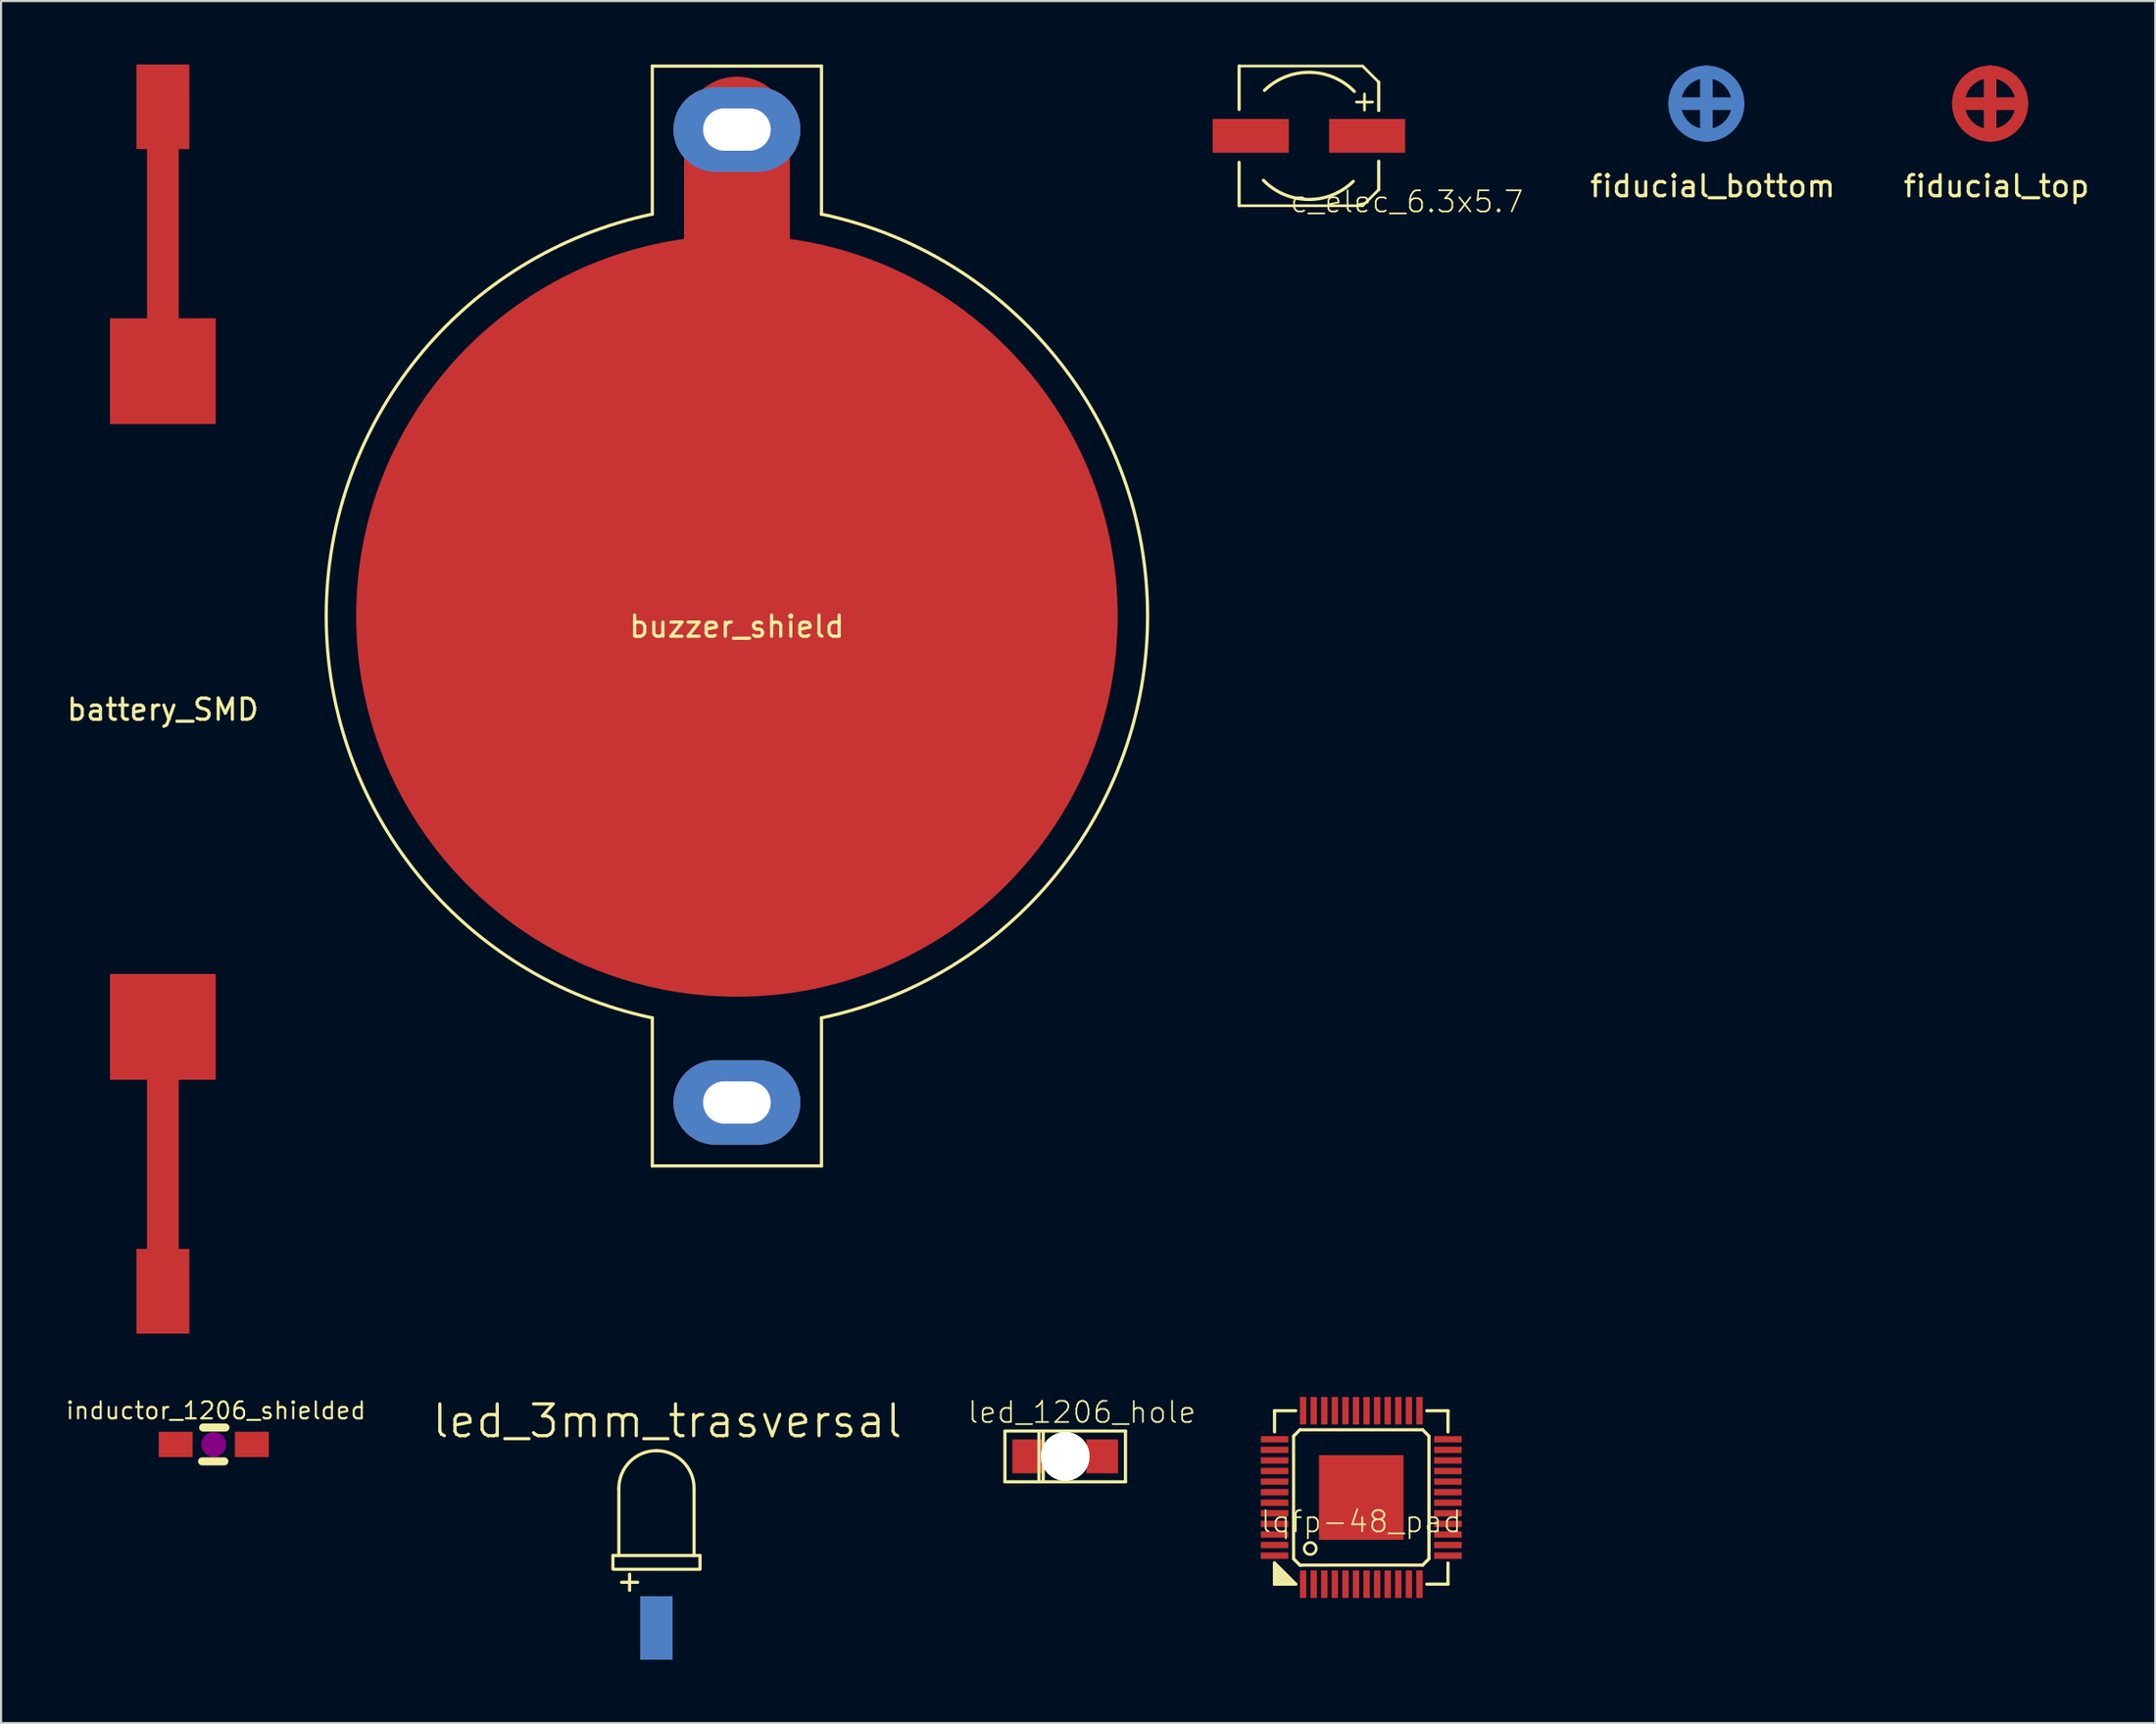
<source format=kicad_pcb>
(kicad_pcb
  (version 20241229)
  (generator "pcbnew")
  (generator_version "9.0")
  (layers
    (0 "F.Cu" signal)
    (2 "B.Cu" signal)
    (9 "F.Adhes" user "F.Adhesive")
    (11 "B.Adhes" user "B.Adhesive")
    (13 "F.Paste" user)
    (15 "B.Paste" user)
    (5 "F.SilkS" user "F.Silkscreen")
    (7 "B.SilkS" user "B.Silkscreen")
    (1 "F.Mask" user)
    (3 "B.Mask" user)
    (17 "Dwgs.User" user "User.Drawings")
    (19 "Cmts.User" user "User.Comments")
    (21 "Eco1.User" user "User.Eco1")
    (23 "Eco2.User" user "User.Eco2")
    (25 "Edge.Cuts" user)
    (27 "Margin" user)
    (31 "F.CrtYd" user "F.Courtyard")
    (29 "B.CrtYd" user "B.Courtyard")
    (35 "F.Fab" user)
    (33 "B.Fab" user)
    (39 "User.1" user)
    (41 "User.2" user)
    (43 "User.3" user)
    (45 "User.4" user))
  (footprint "led_1206_hole"
    (placed yes)
    (layer "F.Cu")
    (at 47.31 65.808)
    (property "Reference" "led_1206_hole" (at 0.79 -2.083 0) (layer "F.SilkS") (effects (font (size 1 1) (thickness 0.08))))
    (attr through_hole)
    (fp_line (start -2.85 -1.15) (end -2.85 1.2) (stroke (width 0.15) (type solid)) (layer "F.SilkS"))
    (fp_line (start -2.85 1.2) (end 2.85 1.2) (stroke (width 0.15) (type solid)) (layer "F.SilkS"))
    (fp_line (start -1.242 1.118) (end -1.242 -1.118) (stroke (width 0.15) (type solid)) (layer "F.SilkS"))
    (fp_line (start -1.039 -1.118) (end -1.039 1.118) (stroke (width 0.15) (type solid)) (layer "F.SilkS"))
    (fp_line (start 2.85 -1.2) (end -2.85 -1.2) (stroke (width 0.15) (type solid)) (layer "F.SilkS"))
    (fp_line (start 2.85 1.2) (end 2.85 -1.2) (stroke (width 0.15) (type solid)) (layer "F.SilkS"))
    (pad "" np_thru_hole circle (at 0 0) (size 2.3 2.3) (drill 2.3) (layers "*.Cu" "*.Mask" "F.SilkS"))
    (pad "1" smd rect (at -1.75 0) (size 1.5 1.6) (layers "F.Cu" "F.Mask" "F.Paste"))
    (pad "2" smd rect (at 1.75 0) (size 1.5 1.6) (layers "F.Cu" "F.Mask" "F.Paste")))
  (footprint "c_elec_6.3x5.7"
    (placed yes)
    (layer "F.Cu")
    (at 58.831 3.375)
    (property "Reference" "c_elec_6.3x5.7" (at 4.636 3.112 0) (layer "F.SilkS") (effects (font (size 1 1) (thickness 0.08))))
    (attr through_hole)
    (fp_line (start -3.302 3.302) (end 2.54 3.302) (stroke (width 0.127) (type solid)) (layer "F.SilkS"))
    (fp_line (start -3.3 -3.3) (end -3.3 -1.25) (stroke (width 0.15) (type solid)) (layer "F.SilkS"))
    (fp_line (start -3.3 3.3) (end -3.3 1.25) (stroke (width 0.15) (type solid)) (layer "F.SilkS"))
    (fp_line (start 2.54 -3.302) (end -3.302 -3.302) (stroke (width 0.127) (type solid)) (layer "F.SilkS"))
    (fp_line (start 2.54 3.302) (end 3.302 2.54) (stroke (width 0.127) (type solid)) (layer "F.SilkS"))
    (fp_line (start 2.628 -1.981) (end 2.628 -1.219) (stroke (width 0.127) (type solid)) (layer "F.SilkS"))
    (fp_line (start 3.009 -1.6) (end 2.247 -1.6) (stroke (width 0.127) (type solid)) (layer "F.SilkS"))
    (fp_line (start 3.3 -2.55) (end 3.3 -1.2) (stroke (width 0.15) (type solid)) (layer "F.SilkS"))
    (fp_line (start 3.3 2.55) (end 3.3 1.2) (stroke (width 0.15) (type solid)) (layer "F.SilkS"))
    (fp_line (start 3.302 -2.54) (end 2.54 -3.302) (stroke (width 0.127) (type solid)) (layer "F.SilkS"))
    (fp_arc (start -2.1 -2.15) (mid 0.035355 -3.005204) (end 2.15 -2.1) (stroke (width 0.15) (type solid)) (layer "F.SilkS"))
    (fp_arc (start 2.1 2.15) (mid -0.035355 3.005204) (end -2.15 2.1) (stroke (width 0.15) (type solid)) (layer "F.SilkS"))
    (pad "1" smd rect (at 2.751 0) (size 3.599 1.6) (layers "F.Cu" "F.Mask" "F.Paste"))
    (pad "2" smd rect (at -2.751 0) (size 3.599 1.6) (layers "F.Cu" "F.Mask" "F.Paste")))
  (footprint "battery_SMD"
    (layer "F.Cu")
    (at 4.649 30)
    (property "Reference" "battery_SMD" (at 0 0.5 0) (layer "F.SilkS") (effects (font (size 1 1) (thickness 0.15))))
    (attr through_hole)
    (fp_line (start 0 -18) (end 0 -26) (stroke (width 1.5) (type solid)) (layer "F.Cu"))
    (fp_line (start 0 18) (end 0 26) (stroke (width 1.5) (type solid)) (layer "F.Cu"))
    (pad "1" smd rect (at 0 15.5) (size 5 5) (layers "F.Cu" "F.Mask" "F.Paste"))
    (pad "1" smd rect (at 0 28) (size 2.5 4) (layers "F.Cu" "F.Mask" "F.Paste"))
    (pad "2" smd rect (at 0 -28 180) (size 2.5 4) (layers "F.Cu" "F.Mask" "F.Paste"))
    (pad "2" smd rect (at 0 -15.5 180) (size 5 5) (layers "F.Cu" "F.Mask" "F.Paste")))
  (footprint "fiducial_bottom"
    (layer "F.Cu")
    (at 77.622 1.85)
    (property "Reference" "fiducial_bottom" (at 0.3 3.9 0) (layer "F.SilkS") (effects (font (size 1 1) (thickness 0.15))))
    (attr through_hole)
    (fp_line (start -1.5 0) (end 1.4 0) (stroke (width 0.6) (type solid)) (layer "B.Cu"))
    (fp_line (start 0 -1.5) (end 0 1.5) (stroke (width 0.6) (type solid)) (layer "B.Cu"))
    (fp_circle (center 0 0) (end 1.5 0) (stroke (width 0.6) (type solid)) (fill no) (layer "B.Cu"))
    (pad "" smd circle (at 0 0) (size 3.7 3.7) (layers "B.Mask")))
  (footprint "buzzer_shield"
    (layer "F.Cu")
    (at 31.789 26.075)
    (property "Reference" "buzzer_shield" (at 0 0.5 0) (layer "F.SilkS") (effects (font (size 1 1) (thickness 0.15))))
    (attr through_hole)
    (fp_line (start 0 -23) (end 0 -15) (stroke (width 5) (type solid)) (layer "F.Cu"))
    (fp_line (start -4 -26) (end 4 -26) (stroke (width 0.15) (type solid)) (layer "F.SilkS"))
    (fp_line (start -4 -19) (end -4 -26) (stroke (width 0.15) (type solid)) (layer "F.SilkS"))
    (fp_line (start -4 19) (end -4 26) (stroke (width 0.15) (type solid)) (layer "F.SilkS"))
    (fp_line (start -4 26) (end 4 26) (stroke (width 0.15) (type solid)) (layer "F.SilkS"))
    (fp_line (start 4 -26) (end 4 -19) (stroke (width 0.15) (type solid)) (layer "F.SilkS"))
    (fp_line (start 4 -19) (end 4 -19) (stroke (width 0.15) (type solid)) (layer "F.SilkS"))
    (fp_line (start 4 -19) (end 4 -19) (stroke (width 0.15) (type solid)) (layer "F.SilkS"))
    (fp_line (start 4 19) (end 4 19) (stroke (width 0.15) (type solid)) (layer "F.SilkS"))
    (fp_line (start 4 26) (end 4 19) (stroke (width 0.15) (type solid)) (layer "F.SilkS"))
    (fp_arc (start -4 19) (mid -19.416488 0) (end -4 -19) (stroke (width 0.15) (type solid)) (layer "F.SilkS"))
    (fp_arc (start 4 -19) (mid 19.416488 0) (end 4 19) (stroke (width 0.15) (type solid)) (layer "F.SilkS"))
    (pad "1" smd circle (at 0 0) (size 36 36) (layers "F.Cu"))
    (pad "2" thru_hole oval (at 0 -23) (size 6 4) (drill oval 3.2 2) (layers "*.Cu" "*.Mask"))
    (pad "3" thru_hole oval (at 0 23) (size 6 4) (drill oval 3.2 2) (layers "*.Cu" "*.Mask")))
  (footprint "led_3mm_trasversal"
    (layer "F.Cu")
    (at 27.986 72.396)
    (property "Reference" "led_3mm_trasversal" (at 0.508 -8.255 0) (layer "F.SilkS") (effects (font (size 1.5 1.5) (thickness 0.15))))
    (attr through_hole)
    (fp_line (start -2.059 -1.27) (end -2.059 -1.905) (stroke (width 0.15) (type solid)) (layer "F.SilkS"))
    (fp_line (start -2.05 -1.9) (end 2.05 -1.9) (stroke (width 0.15) (type solid)) (layer "F.SilkS"))
    (fp_line (start -2.025 -1.25) (end 2.05 -1.25) (stroke (width 0.15) (type solid)) (layer "F.SilkS"))
    (fp_line (start -1.778 -5.08) (end -1.778 -1.905) (stroke (width 0.15) (type solid)) (layer "F.SilkS"))
    (fp_line (start -1.651 -0.635) (end -0.889 -0.635) (stroke (width 0.15) (type solid)) (layer "F.SilkS"))
    (fp_line (start -1.27 -1.016) (end -1.27 -0.254) (stroke (width 0.15) (type solid)) (layer "F.SilkS"))
    (fp_line (start 1.778 -5.08) (end 1.778 -1.905) (stroke (width 0.15) (type solid)) (layer "F.SilkS"))
    (fp_line (start 2.059 -1.905) (end 2.059 -1.27) (stroke (width 0.15) (type solid)) (layer "F.SilkS"))
    (fp_arc (start -1.778 -5.08) (mid -1.257236 -6.337236) (end 0 -6.858) (stroke (width 0.15) (type solid)) (layer "F.SilkS"))
    (fp_arc (start 0 -6.858) (mid 1.257236 -6.337236) (end 1.778 -5.08) (stroke (width 0.15) (type solid)) (layer "F.SilkS"))
    (pad "1" smd rect (at 0 1.524) (size 1.524 3) (layers "F.Cu" "F.Mask" "F.Paste"))
    (pad "2" smd rect (at 0 1.524) (size 1.524 3) (layers "B.Cu" "B.Mask" "B.Paste")))
  (footprint "inductor_1206_shielded"
    (placed yes)
    (layer "F.Cu")
    (at 7.056 65.243)
    (property "Reference" "inductor_1206_shielded" (at 0.1 -1.6 0) (layer "F.SilkS") (effects (font (size 0.8 0.8) (thickness 0.1))))
    (attr smd)
    (fp_line (start -0.551 0.8) (end 0.5 0.8) (stroke (width 0.381) (type solid)) (layer "F.SilkS"))
    (fp_line (start 0.551 -0.8) (end -0.5 -0.8) (stroke (width 0.381) (type solid)) (layer "F.SilkS"))
    (fp_circle (center 0 0) (end 0.201 -0.051) (stroke (width 0.381) (type solid)) (fill no) (layer "F.Adhes"))
    (fp_circle (center 0 0) (end 0.399 0) (stroke (width 0.381) (type solid)) (fill no) (layer "F.Adhes"))
    (pad "1" smd rect (at -1.801 0) (size 1.6 1.199) (layers "F.Cu" "F.Mask" "F.Paste"))
    (pad "2" smd rect (at 1.801 0) (size 1.6 1.199) (layers "F.Cu" "F.Mask" "F.Paste")))
  (footprint "lqfp-48_pad"
    (placed yes)
    (layer "F.Cu")
    (at 61.307 67.75)
    (property "Reference" "lqfp-48_pad" (at 0 1.143 0) (layer "F.SilkS") (effects (font (size 1 1) (thickness 0.08))))
    (attr smd)
    (fp_line (start -4.1 -4.1) (end -3.099 -4.1) (stroke (width 0.15) (type solid)) (layer "F.SilkS"))
    (fp_line (start -4.1 -3.099) (end -4.1 -4.1) (stroke (width 0.15) (type solid)) (layer "F.SilkS"))
    (fp_line (start -4.1 3.099) (end -3.099 4.1) (stroke (width 0.15) (type solid)) (layer "F.SilkS"))
    (fp_line (start -4.1 3.5) (end -3.5 4.1) (stroke (width 0.15) (type solid)) (layer "F.SilkS"))
    (fp_line (start -4.1 3.899) (end -3.899 4.1) (stroke (width 0.15) (type solid)) (layer "F.SilkS"))
    (fp_line (start -4.1 4.1) (end -4.1 3.099) (stroke (width 0.15) (type solid)) (layer "F.SilkS"))
    (fp_line (start -3.701 4.1) (end -4.1 3.701) (stroke (width 0.15) (type solid)) (layer "F.SilkS"))
    (fp_line (start -3.299 4.1) (end -4.1 3.299) (stroke (width 0.15) (type solid)) (layer "F.SilkS"))
    (fp_line (start -3.2 -2.9) (end -2.9 -3.2) (stroke (width 0.15) (type solid)) (layer "F.SilkS"))
    (fp_line (start -3.2 2.9) (end -3.2 -2.9) (stroke (width 0.15) (type solid)) (layer "F.SilkS"))
    (fp_line (start -3.099 4.1) (end -4.1 4.1) (stroke (width 0.15) (type solid)) (layer "F.SilkS"))
    (fp_line (start -2.9 -3.2) (end 2.9 -3.2) (stroke (width 0.15) (type solid)) (layer "F.SilkS"))
    (fp_line (start -2.9 3.2) (end -3.2 2.9) (stroke (width 0.15) (type solid)) (layer "F.SilkS"))
    (fp_line (start -2.8 3.2) (end -2.9 3.2) (stroke (width 0.15) (type solid)) (layer "F.SilkS"))
    (fp_line (start 2.9 -3.2) (end 3.2 -2.9) (stroke (width 0.15) (type solid)) (layer "F.SilkS"))
    (fp_line (start 2.9 3.2) (end -2.8 3.2) (stroke (width 0.15) (type solid)) (layer "F.SilkS"))
    (fp_line (start 3.099 -4.1) (end 4.1 -4.1) (stroke (width 0.15) (type solid)) (layer "F.SilkS"))
    (fp_line (start 3.2 -2.9) (end 3.2 2.9) (stroke (width 0.15) (type solid)) (layer "F.SilkS"))
    (fp_line (start 3.2 2.9) (end 2.9 3.2) (stroke (width 0.15) (type solid)) (layer "F.SilkS"))
    (fp_line (start 4.1 -4.1) (end 4.1 -3.099) (stroke (width 0.15) (type solid)) (layer "F.SilkS"))
    (fp_line (start 4.1 3.099) (end 4.1 4.1) (stroke (width 0.15) (type solid)) (layer "F.SilkS"))
    (fp_line (start 4.1 4.1) (end 3.099 4.1) (stroke (width 0.15) (type solid)) (layer "F.SilkS"))
    (fp_circle (center -2.413 2.413) (end -2.667 2.54) (stroke (width 0.127) (type solid)) (fill no) (layer "F.SilkS"))
    (pad "1" smd rect (at -2.751 4.1) (size 0.3 1.3) (layers "F.Cu" "F.Mask" "F.Paste"))
    (pad "2" smd rect (at -2.25 4.1) (size 0.3 1.3) (layers "F.Cu" "F.Mask" "F.Paste"))
    (pad "3" smd rect (at -1.75 4.1) (size 0.3 1.3) (layers "F.Cu" "F.Mask" "F.Paste"))
    (pad "4" smd rect (at -1.25 4.1) (size 0.3 1.3) (layers "F.Cu" "F.Mask" "F.Paste"))
    (pad "5" smd rect (at -0.749 4.1) (size 0.3 1.3) (layers "F.Cu" "F.Mask" "F.Paste"))
    (pad "6" smd rect (at -0.249 4.1) (size 0.3 1.3) (layers "F.Cu" "F.Mask" "F.Paste"))
    (pad "7" smd rect (at 0.249 4.1) (size 0.3 1.3) (layers "F.Cu" "F.Mask" "F.Paste"))
    (pad "8" smd rect (at 0.749 4.1) (size 0.3 1.3) (layers "F.Cu" "F.Mask" "F.Paste"))
    (pad "9" smd rect (at 1.25 4.1) (size 0.3 1.3) (layers "F.Cu" "F.Mask" "F.Paste"))
    (pad "10" smd rect (at 1.75 4.1) (size 0.3 1.3) (layers "F.Cu" "F.Mask" "F.Paste"))
    (pad "11" smd rect (at 2.25 4.1) (size 0.3 1.3) (layers "F.Cu" "F.Mask" "F.Paste"))
    (pad "12" smd rect (at 2.751 4.1) (size 0.3 1.3) (layers "F.Cu" "F.Mask" "F.Paste"))
    (pad "13" smd rect (at 4.1 2.751) (size 1.3 0.3) (layers "F.Cu" "F.Mask" "F.Paste"))
    (pad "14" smd rect (at 4.1 2.25) (size 1.3 0.3) (layers "F.Cu" "F.Mask" "F.Paste"))
    (pad "15" smd rect (at 4.1 1.75) (size 1.3 0.3) (layers "F.Cu" "F.Mask" "F.Paste"))
    (pad "16" smd rect (at 4.1 1.25) (size 1.3 0.3) (layers "F.Cu" "F.Mask" "F.Paste"))
    (pad "17" smd rect (at 4.1 0.749) (size 1.3 0.3) (layers "F.Cu" "F.Mask" "F.Paste"))
    (pad "18" smd rect (at 4.1 0.249) (size 1.3 0.3) (layers "F.Cu" "F.Mask" "F.Paste"))
    (pad "19" smd rect (at 4.1 -0.249) (size 1.3 0.3) (layers "F.Cu" "F.Mask" "F.Paste"))
    (pad "20" smd rect (at 4.1 -0.749) (size 1.3 0.3) (layers "F.Cu" "F.Mask" "F.Paste"))
    (pad "21" smd rect (at 4.1 -1.25) (size 1.3 0.3) (layers "F.Cu" "F.Mask" "F.Paste"))
    (pad "22" smd rect (at 4.1 -1.75) (size 1.3 0.3) (layers "F.Cu" "F.Mask" "F.Paste"))
    (pad "23" smd rect (at 4.1 -2.25) (size 1.3 0.3) (layers "F.Cu" "F.Mask" "F.Paste"))
    (pad "24" smd rect (at 4.1 -2.751) (size 1.3 0.3) (layers "F.Cu" "F.Mask" "F.Paste"))
    (pad "25" smd rect (at 2.751 -4.1) (size 0.3 1.3) (layers "F.Cu" "F.Mask" "F.Paste"))
    (pad "26" smd rect (at 2.25 -4.1) (size 0.3 1.3) (layers "F.Cu" "F.Mask" "F.Paste"))
    (pad "27" smd rect (at 1.75 -4.1) (size 0.3 1.3) (layers "F.Cu" "F.Mask" "F.Paste"))
    (pad "28" smd rect (at 1.25 -4.1) (size 0.3 1.3) (layers "F.Cu" "F.Mask" "F.Paste"))
    (pad "29" smd rect (at 0.749 -4.1) (size 0.3 1.3) (layers "F.Cu" "F.Mask" "F.Paste"))
    (pad "30" smd rect (at 0.249 -4.1) (size 0.3 1.3) (layers "F.Cu" "F.Mask" "F.Paste"))
    (pad "31" smd rect (at -0.249 -4.1) (size 0.3 1.3) (layers "F.Cu" "F.Mask" "F.Paste"))
    (pad "32" smd rect (at -0.749 -4.1) (size 0.3 1.3) (layers "F.Cu" "F.Mask" "F.Paste"))
    (pad "33" smd rect (at -1.25 -4.1) (size 0.3 1.3) (layers "F.Cu" "F.Mask" "F.Paste"))
    (pad "34" smd rect (at -1.75 -4.1) (size 0.3 1.3) (layers "F.Cu" "F.Mask" "F.Paste"))
    (pad "35" smd rect (at -2.25 -4.1) (size 0.3 1.3) (layers "F.Cu" "F.Mask" "F.Paste"))
    (pad "36" smd rect (at -2.751 -4.1) (size 0.3 1.3) (layers "F.Cu" "F.Mask" "F.Paste"))
    (pad "37" smd rect (at -4.1 -2.751) (size 1.3 0.3) (layers "F.Cu" "F.Mask" "F.Paste"))
    (pad "38" smd rect (at -4.1 -2.25) (size 1.3 0.3) (layers "F.Cu" "F.Mask" "F.Paste"))
    (pad "39" smd rect (at -4.1 -1.75) (size 1.3 0.3) (layers "F.Cu" "F.Mask" "F.Paste"))
    (pad "40" smd rect (at -4.1 -1.25) (size 1.3 0.3) (layers "F.Cu" "F.Mask" "F.Paste"))
    (pad "41" smd rect (at -4.1 -0.749) (size 1.3 0.3) (layers "F.Cu" "F.Mask" "F.Paste"))
    (pad "42" smd rect (at -4.1 -0.249) (size 1.3 0.3) (layers "F.Cu" "F.Mask" "F.Paste"))
    (pad "43" smd rect (at -4.1 0.249) (size 1.3 0.3) (layers "F.Cu" "F.Mask" "F.Paste"))
    (pad "44" smd rect (at -4.1 0.749) (size 1.3 0.3) (layers "F.Cu" "F.Mask" "F.Paste"))
    (pad "45" smd rect (at -4.1 1.25) (size 1.3 0.3) (layers "F.Cu" "F.Mask" "F.Paste"))
    (pad "46" smd rect (at -4.1 1.75) (size 1.3 0.3) (layers "F.Cu" "F.Mask" "F.Paste"))
    (pad "47" smd rect (at -4.1 2.25) (size 1.3 0.3) (layers "F.Cu" "F.Mask" "F.Paste"))
    (pad "48" smd rect (at -4.1 2.751) (size 1.3 0.3) (layers "F.Cu" "F.Mask" "F.Paste"))
    (pad "49" smd rect (at 0 0) (size 4 4) (layers "F.Cu" "F.Mask" "F.Paste")))
  (footprint "fiducial_top"
    (layer "F.Cu")
    (at 91.038 1.85)
    (property "Reference" "fiducial_top" (at 0.3 3.9 0) (layer "F.SilkS") (effects (font (size 1 1) (thickness 0.15))))
    (attr through_hole)
    (fp_line (start -1.5 0) (end 1.4 0) (stroke (width 0.6) (type solid)) (layer "F.Cu"))
    (fp_line (start 0 -1.5) (end 0 1.5) (stroke (width 0.6) (type solid)) (layer "F.Cu"))
    (fp_circle (center 0 0) (end 1.5 0) (stroke (width 0.6) (type solid)) (fill no) (layer "F.Cu"))
    (pad "" smd circle (at 0 0) (size 3.7 3.7) (layers "F.Mask")))
  (gr_rect
    (start -3 -3)
    (end 98.844 78.42)
    (stroke (width 0.1) (type default))
    (fill no)
    (layer "Edge.Cuts")))
</source>
